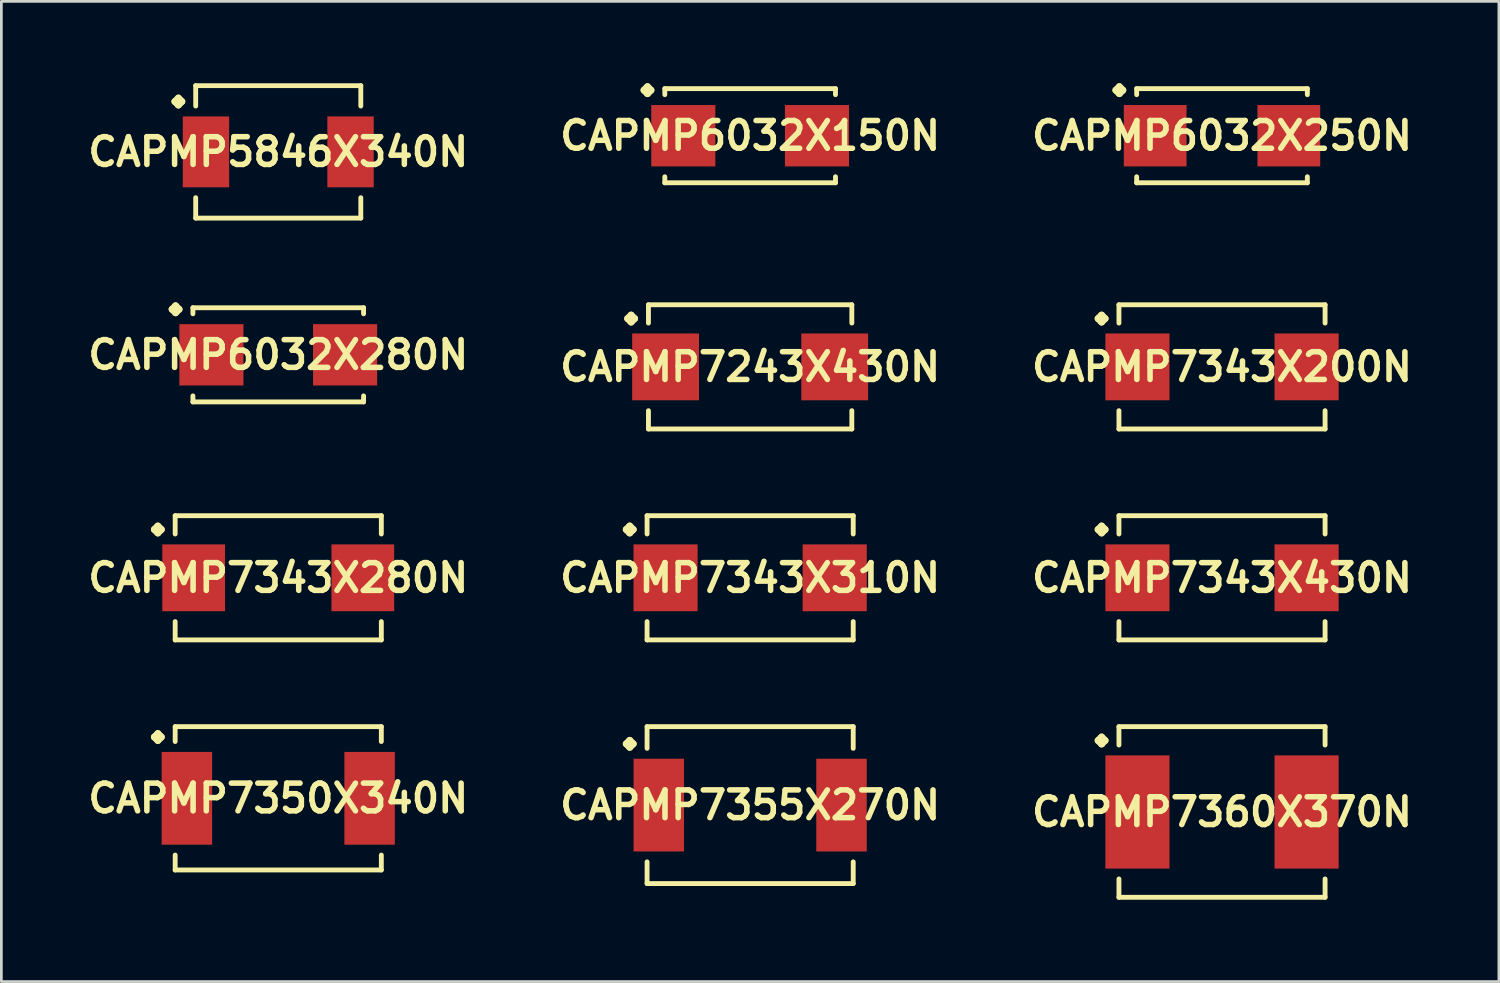
<source format=kicad_pcb>
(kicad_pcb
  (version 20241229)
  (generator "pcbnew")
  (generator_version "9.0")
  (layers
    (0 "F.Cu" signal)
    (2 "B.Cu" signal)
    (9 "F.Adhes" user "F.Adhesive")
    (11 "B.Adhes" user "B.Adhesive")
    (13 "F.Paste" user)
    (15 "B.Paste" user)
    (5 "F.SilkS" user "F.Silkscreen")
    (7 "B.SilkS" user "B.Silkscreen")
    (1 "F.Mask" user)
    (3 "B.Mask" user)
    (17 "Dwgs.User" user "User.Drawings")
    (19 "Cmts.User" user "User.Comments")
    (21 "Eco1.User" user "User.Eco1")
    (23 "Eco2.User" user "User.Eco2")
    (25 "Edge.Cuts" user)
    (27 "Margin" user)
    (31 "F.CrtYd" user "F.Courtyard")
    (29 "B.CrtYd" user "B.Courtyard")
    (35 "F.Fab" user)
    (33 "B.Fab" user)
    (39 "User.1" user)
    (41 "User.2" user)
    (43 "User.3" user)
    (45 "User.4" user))
  (footprint "CAPMP7343X200N"
    (layer "F.Cu")
    (at 41.729 10.394)
    (property "Reference" "CAPMP7343X200N" (at 0 0 0) (layer "F.SilkS") (effects (font (size 1.016 1.016) (thickness 0.203))))
    (attr smd)
    (fp_line (start -4.539 -1.77) (end -4.412 -1.897) (stroke (width 0.254) (type solid)) (layer "F.SilkS"))
    (fp_line (start -4.412 -1.897) (end -4.285 -1.77) (stroke (width 0.254) (type solid)) (layer "F.SilkS"))
    (fp_line (start -4.412 -1.643) (end -4.539 -1.77) (stroke (width 0.254) (type solid)) (layer "F.SilkS"))
    (fp_line (start -4.285 -1.77) (end -4.412 -1.643) (stroke (width 0.254) (type solid)) (layer "F.SilkS"))
    (fp_line (start -3.777 -2.276) (end 3.777 -2.276) (stroke (width 0.178) (type solid)) (layer "F.SilkS"))
    (fp_line (start -3.777 -1.605) (end -3.777 -2.276) (stroke (width 0.178) (type solid)) (layer "F.SilkS"))
    (fp_line (start -3.777 1.605) (end -3.777 2.276) (stroke (width 0.178) (type solid)) (layer "F.SilkS"))
    (fp_line (start -3.777 2.276) (end 3.777 2.276) (stroke (width 0.178) (type solid)) (layer "F.SilkS"))
    (fp_line (start 3.777 -2.276) (end 3.777 -1.605) (stroke (width 0.178) (type solid)) (layer "F.SilkS"))
    (fp_line (start 3.777 2.276) (end 3.777 1.605) (stroke (width 0.178) (type solid)) (layer "F.SilkS"))
    (pad "1" smd rect (at -3.099 0) (size 2.349 2.449) (layers "F.Cu" "F.Mask" "F.Paste"))
    (pad "2" smd rect (at 3.099 0) (size 2.349 2.449) (layers "F.Cu" "F.Mask" "F.Paste")))
  (footprint "CAPMP7343X280N"
    (layer "F.Cu")
    (at 7.146 18.123)
    (property "Reference" "CAPMP7343X280N" (at 0 0 0) (layer "F.SilkS") (effects (font (size 1.016 1.016) (thickness 0.203))))
    (attr smd)
    (fp_line (start -4.539 -1.77) (end -4.412 -1.897) (stroke (width 0.254) (type solid)) (layer "F.SilkS"))
    (fp_line (start -4.412 -1.897) (end -4.285 -1.77) (stroke (width 0.254) (type solid)) (layer "F.SilkS"))
    (fp_line (start -4.412 -1.643) (end -4.539 -1.77) (stroke (width 0.254) (type solid)) (layer "F.SilkS"))
    (fp_line (start -4.285 -1.77) (end -4.412 -1.643) (stroke (width 0.254) (type solid)) (layer "F.SilkS"))
    (fp_line (start -3.777 -2.276) (end 3.777 -2.276) (stroke (width 0.178) (type solid)) (layer "F.SilkS"))
    (fp_line (start -3.777 -1.605) (end -3.777 -2.276) (stroke (width 0.178) (type solid)) (layer "F.SilkS"))
    (fp_line (start -3.777 1.605) (end -3.777 2.276) (stroke (width 0.178) (type solid)) (layer "F.SilkS"))
    (fp_line (start -3.777 2.276) (end 3.777 2.276) (stroke (width 0.178) (type solid)) (layer "F.SilkS"))
    (fp_line (start 3.777 -2.276) (end 3.777 -1.605) (stroke (width 0.178) (type solid)) (layer "F.SilkS"))
    (fp_line (start 3.777 2.276) (end 3.777 1.605) (stroke (width 0.178) (type solid)) (layer "F.SilkS"))
    (pad "1" smd rect (at -3.099 0) (size 2.299 2.449) (layers "F.Cu" "F.Mask" "F.Paste"))
    (pad "2" smd rect (at 3.099 0) (size 2.299 2.449) (layers "F.Cu" "F.Mask" "F.Paste")))
  (footprint "CAPMP7343X430N"
    (layer "F.Cu")
    (at 41.729 18.123)
    (property "Reference" "CAPMP7343X430N" (at 0 0 0) (layer "F.SilkS") (effects (font (size 1.016 1.016) (thickness 0.203))))
    (attr smd)
    (fp_line (start -4.539 -1.77) (end -4.412 -1.897) (stroke (width 0.254) (type solid)) (layer "F.SilkS"))
    (fp_line (start -4.412 -1.897) (end -4.285 -1.77) (stroke (width 0.254) (type solid)) (layer "F.SilkS"))
    (fp_line (start -4.412 -1.643) (end -4.539 -1.77) (stroke (width 0.254) (type solid)) (layer "F.SilkS"))
    (fp_line (start -4.285 -1.77) (end -4.412 -1.643) (stroke (width 0.254) (type solid)) (layer "F.SilkS"))
    (fp_line (start -3.777 -2.276) (end 3.777 -2.276) (stroke (width 0.178) (type solid)) (layer "F.SilkS"))
    (fp_line (start -3.777 -1.605) (end -3.777 -2.276) (stroke (width 0.178) (type solid)) (layer "F.SilkS"))
    (fp_line (start -3.777 1.605) (end -3.777 2.276) (stroke (width 0.178) (type solid)) (layer "F.SilkS"))
    (fp_line (start -3.777 2.276) (end 3.777 2.276) (stroke (width 0.178) (type solid)) (layer "F.SilkS"))
    (fp_line (start 3.777 -2.276) (end 3.777 -1.605) (stroke (width 0.178) (type solid)) (layer "F.SilkS"))
    (fp_line (start 3.777 2.276) (end 3.777 1.605) (stroke (width 0.178) (type solid)) (layer "F.SilkS"))
    (pad "1" smd rect (at -3.099 0) (size 2.349 2.449) (layers "F.Cu" "F.Mask" "F.Paste"))
    (pad "2" smd rect (at 3.099 0) (size 2.349 2.449) (layers "F.Cu" "F.Mask" "F.Paste")))
  (footprint "CAPMP7350X340N"
    (layer "F.Cu")
    (at 7.146 26.203)
    (property "Reference" "CAPMP7350X340N" (at 0 0 0) (layer "F.SilkS") (effects (font (size 1.016 1.016) (thickness 0.203))))
    (attr smd)
    (fp_line (start -4.539 -2.245) (end -4.412 -2.372) (stroke (width 0.254) (type solid)) (layer "F.SilkS"))
    (fp_line (start -4.412 -2.372) (end -4.285 -2.245) (stroke (width 0.254) (type solid)) (layer "F.SilkS"))
    (fp_line (start -4.412 -2.118) (end -4.539 -2.245) (stroke (width 0.254) (type solid)) (layer "F.SilkS"))
    (fp_line (start -4.285 -2.245) (end -4.412 -2.118) (stroke (width 0.254) (type solid)) (layer "F.SilkS"))
    (fp_line (start -3.777 -2.626) (end 3.777 -2.626) (stroke (width 0.178) (type solid)) (layer "F.SilkS"))
    (fp_line (start -3.777 -2.08) (end -3.777 -2.626) (stroke (width 0.178) (type solid)) (layer "F.SilkS"))
    (fp_line (start -3.777 2.08) (end -3.777 2.626) (stroke (width 0.178) (type solid)) (layer "F.SilkS"))
    (fp_line (start -3.777 2.626) (end 3.777 2.626) (stroke (width 0.178) (type solid)) (layer "F.SilkS"))
    (fp_line (start 3.777 -2.626) (end 3.777 -2.08) (stroke (width 0.178) (type solid)) (layer "F.SilkS"))
    (fp_line (start 3.777 2.626) (end 3.777 2.08) (stroke (width 0.178) (type solid)) (layer "F.SilkS"))
    (pad "1" smd rect (at -3.348 0) (size 1.849 3.399) (layers "F.Cu" "F.Mask" "F.Paste"))
    (pad "2" smd rect (at 3.348 0) (size 1.849 3.399) (layers "F.Cu" "F.Mask" "F.Paste")))
  (footprint "CAPMP7355X270N"
    (layer "F.Cu")
    (at 24.438 26.452)
    (property "Reference" "CAPMP7355X270N" (at 0 0 0) (layer "F.SilkS") (effects (font (size 1.016 1.016) (thickness 0.203))))
    (attr smd)
    (fp_line (start -4.539 -2.245) (end -4.412 -2.372) (stroke (width 0.254) (type solid)) (layer "F.SilkS"))
    (fp_line (start -4.412 -2.372) (end -4.285 -2.245) (stroke (width 0.254) (type solid)) (layer "F.SilkS"))
    (fp_line (start -4.412 -2.118) (end -4.539 -2.245) (stroke (width 0.254) (type solid)) (layer "F.SilkS"))
    (fp_line (start -4.285 -2.245) (end -4.412 -2.118) (stroke (width 0.254) (type solid)) (layer "F.SilkS"))
    (fp_line (start -3.777 -2.875) (end 3.777 -2.875) (stroke (width 0.178) (type solid)) (layer "F.SilkS"))
    (fp_line (start -3.777 -2.08) (end -3.777 -2.875) (stroke (width 0.178) (type solid)) (layer "F.SilkS"))
    (fp_line (start -3.777 2.08) (end -3.777 2.875) (stroke (width 0.178) (type solid)) (layer "F.SilkS"))
    (fp_line (start -3.777 2.875) (end 3.777 2.875) (stroke (width 0.178) (type solid)) (layer "F.SilkS"))
    (fp_line (start 3.777 -2.875) (end 3.777 -2.08) (stroke (width 0.178) (type solid)) (layer "F.SilkS"))
    (fp_line (start 3.777 2.875) (end 3.777 2.08) (stroke (width 0.178) (type solid)) (layer "F.SilkS"))
    (pad "1" smd rect (at -3.348 0) (size 1.849 3.399) (layers "F.Cu" "F.Mask" "F.Paste"))
    (pad "2" smd rect (at 3.348 0) (size 1.849 3.399) (layers "F.Cu" "F.Mask" "F.Paste")))
  (footprint "CAPMP7360X370N"
    (layer "F.Cu")
    (at 41.729 26.704)
    (property "Reference" "CAPMP7360X370N" (at 0 0 0) (layer "F.SilkS") (effects (font (size 1.016 1.016) (thickness 0.203))))
    (attr smd)
    (fp_line (start -4.539 -2.619) (end -4.412 -2.746) (stroke (width 0.254) (type solid)) (layer "F.SilkS"))
    (fp_line (start -4.412 -2.746) (end -4.285 -2.619) (stroke (width 0.254) (type solid)) (layer "F.SilkS"))
    (fp_line (start -4.412 -2.492) (end -4.539 -2.619) (stroke (width 0.254) (type solid)) (layer "F.SilkS"))
    (fp_line (start -4.285 -2.619) (end -4.412 -2.492) (stroke (width 0.254) (type solid)) (layer "F.SilkS"))
    (fp_line (start -3.777 -3.127) (end 3.777 -3.127) (stroke (width 0.178) (type solid)) (layer "F.SilkS"))
    (fp_line (start -3.777 -2.454) (end -3.777 -3.127) (stroke (width 0.178) (type solid)) (layer "F.SilkS"))
    (fp_line (start -3.777 2.454) (end -3.777 3.127) (stroke (width 0.178) (type solid)) (layer "F.SilkS"))
    (fp_line (start -3.777 3.127) (end 3.777 3.127) (stroke (width 0.178) (type solid)) (layer "F.SilkS"))
    (fp_line (start 3.777 -3.127) (end 3.777 -2.454) (stroke (width 0.178) (type solid)) (layer "F.SilkS"))
    (fp_line (start 3.777 3.127) (end 3.777 2.454) (stroke (width 0.178) (type solid)) (layer "F.SilkS"))
    (pad "1" smd rect (at -3.099 0) (size 2.349 4.148) (layers "F.Cu" "F.Mask" "F.Paste"))
    (pad "2" smd rect (at 3.099 0) (size 2.349 4.148) (layers "F.Cu" "F.Mask" "F.Paste")))
  (footprint "CAPMP7243X430N"
    (layer "F.Cu")
    (at 24.438 10.394)
    (property "Reference" "CAPMP7243X430N" (at 0 0 0) (layer "F.SilkS") (effects (font (size 1.016 1.016) (thickness 0.203))))
    (attr smd)
    (fp_line (start -4.488 -1.77) (end -4.361 -1.897) (stroke (width 0.254) (type solid)) (layer "F.SilkS"))
    (fp_line (start -4.361 -1.897) (end -4.234 -1.77) (stroke (width 0.254) (type solid)) (layer "F.SilkS"))
    (fp_line (start -4.361 -1.643) (end -4.488 -1.77) (stroke (width 0.254) (type solid)) (layer "F.SilkS"))
    (fp_line (start -4.234 -1.77) (end -4.361 -1.643) (stroke (width 0.254) (type solid)) (layer "F.SilkS"))
    (fp_line (start -3.726 -2.276) (end 3.726 -2.276) (stroke (width 0.178) (type solid)) (layer "F.SilkS"))
    (fp_line (start -3.726 -1.605) (end -3.726 -2.276) (stroke (width 0.178) (type solid)) (layer "F.SilkS"))
    (fp_line (start -3.726 1.605) (end -3.726 2.276) (stroke (width 0.178) (type solid)) (layer "F.SilkS"))
    (fp_line (start -3.726 2.276) (end 3.726 2.276) (stroke (width 0.178) (type solid)) (layer "F.SilkS"))
    (fp_line (start 3.726 -2.276) (end 3.726 -1.605) (stroke (width 0.178) (type solid)) (layer "F.SilkS"))
    (fp_line (start 3.726 2.276) (end 3.726 1.605) (stroke (width 0.178) (type solid)) (layer "F.SilkS"))
    (pad "1" smd rect (at -3.099 0) (size 2.449 2.449) (layers "F.Cu" "F.Mask" "F.Paste"))
    (pad "2" smd rect (at 3.099 0) (size 2.449 2.449) (layers "F.Cu" "F.Mask" "F.Paste")))
  (footprint "CAPMP6032X280N"
    (layer "F.Cu")
    (at 7.146 9.952)
    (property "Reference" "CAPMP6032X280N" (at 0 0 0) (layer "F.SilkS") (effects (font (size 1.016 1.016) (thickness 0.203))))
    (attr smd)
    (fp_line (start -3.889 -1.669) (end -3.762 -1.796) (stroke (width 0.254) (type solid)) (layer "F.SilkS"))
    (fp_line (start -3.762 -1.796) (end -3.635 -1.669) (stroke (width 0.254) (type solid)) (layer "F.SilkS"))
    (fp_line (start -3.762 -1.542) (end -3.889 -1.669) (stroke (width 0.254) (type solid)) (layer "F.SilkS"))
    (fp_line (start -3.635 -1.669) (end -3.762 -1.542) (stroke (width 0.254) (type solid)) (layer "F.SilkS"))
    (fp_line (start -3.127 -1.725) (end 3.127 -1.725) (stroke (width 0.178) (type solid)) (layer "F.SilkS"))
    (fp_line (start -3.127 -1.504) (end -3.127 -1.725) (stroke (width 0.178) (type solid)) (layer "F.SilkS"))
    (fp_line (start -3.127 1.504) (end -3.127 1.725) (stroke (width 0.178) (type solid)) (layer "F.SilkS"))
    (fp_line (start -3.127 1.725) (end 3.127 1.725) (stroke (width 0.178) (type solid)) (layer "F.SilkS"))
    (fp_line (start 3.127 -1.725) (end 3.127 -1.504) (stroke (width 0.178) (type solid)) (layer "F.SilkS"))
    (fp_line (start 3.127 1.725) (end 3.127 1.504) (stroke (width 0.178) (type solid)) (layer "F.SilkS"))
    (pad "1" smd rect (at -2.449 0) (size 2.349 2.248) (layers "F.Cu" "F.Mask" "F.Paste"))
    (pad "2" smd rect (at 2.449 0) (size 2.349 2.248) (layers "F.Cu" "F.Mask" "F.Paste")))
  (footprint "CAPMP7343X310N"
    (layer "F.Cu")
    (at 24.438 18.123)
    (property "Reference" "CAPMP7343X310N" (at 0 0 0) (layer "F.SilkS") (effects (font (size 1.016 1.016) (thickness 0.203))))
    (attr smd)
    (fp_line (start -4.539 -1.77) (end -4.412 -1.897) (stroke (width 0.254) (type solid)) (layer "F.SilkS"))
    (fp_line (start -4.412 -1.897) (end -4.285 -1.77) (stroke (width 0.254) (type solid)) (layer "F.SilkS"))
    (fp_line (start -4.412 -1.643) (end -4.539 -1.77) (stroke (width 0.254) (type solid)) (layer "F.SilkS"))
    (fp_line (start -4.285 -1.77) (end -4.412 -1.643) (stroke (width 0.254) (type solid)) (layer "F.SilkS"))
    (fp_line (start -3.777 -2.276) (end 3.777 -2.276) (stroke (width 0.178) (type solid)) (layer "F.SilkS"))
    (fp_line (start -3.777 -1.605) (end -3.777 -2.276) (stroke (width 0.178) (type solid)) (layer "F.SilkS"))
    (fp_line (start -3.777 1.605) (end -3.777 2.276) (stroke (width 0.178) (type solid)) (layer "F.SilkS"))
    (fp_line (start -3.777 2.276) (end 3.777 2.276) (stroke (width 0.178) (type solid)) (layer "F.SilkS"))
    (fp_line (start 3.777 -2.276) (end 3.777 -1.605) (stroke (width 0.178) (type solid)) (layer "F.SilkS"))
    (fp_line (start 3.777 2.276) (end 3.777 1.605) (stroke (width 0.178) (type solid)) (layer "F.SilkS"))
    (pad "1" smd rect (at -3.099 0) (size 2.349 2.449) (layers "F.Cu" "F.Mask" "F.Paste"))
    (pad "2" smd rect (at 3.099 0) (size 2.349 2.449) (layers "F.Cu" "F.Mask" "F.Paste")))
  (footprint "CAPMP6032X150N"
    (layer "F.Cu")
    (at 24.438 1.923)
    (property "Reference" "CAPMP6032X150N" (at 0 0 0) (layer "F.SilkS") (effects (font (size 1.016 1.016) (thickness 0.203))))
    (attr smd)
    (fp_line (start -3.889 -1.669) (end -3.762 -1.796) (stroke (width 0.254) (type solid)) (layer "F.SilkS"))
    (fp_line (start -3.762 -1.796) (end -3.635 -1.669) (stroke (width 0.254) (type solid)) (layer "F.SilkS"))
    (fp_line (start -3.762 -1.542) (end -3.889 -1.669) (stroke (width 0.254) (type solid)) (layer "F.SilkS"))
    (fp_line (start -3.635 -1.669) (end -3.762 -1.542) (stroke (width 0.254) (type solid)) (layer "F.SilkS"))
    (fp_line (start -3.127 -1.725) (end 3.127 -1.725) (stroke (width 0.178) (type solid)) (layer "F.SilkS"))
    (fp_line (start -3.127 -1.504) (end -3.127 -1.725) (stroke (width 0.178) (type solid)) (layer "F.SilkS"))
    (fp_line (start -3.127 1.504) (end -3.127 1.725) (stroke (width 0.178) (type solid)) (layer "F.SilkS"))
    (fp_line (start -3.127 1.725) (end 3.127 1.725) (stroke (width 0.178) (type solid)) (layer "F.SilkS"))
    (fp_line (start 3.127 -1.725) (end 3.127 -1.504) (stroke (width 0.178) (type solid)) (layer "F.SilkS"))
    (fp_line (start 3.127 1.725) (end 3.127 1.504) (stroke (width 0.178) (type solid)) (layer "F.SilkS"))
    (pad "1" smd rect (at -2.449 0) (size 2.349 2.248) (layers "F.Cu" "F.Mask" "F.Paste"))
    (pad "2" smd rect (at 2.449 0) (size 2.349 2.248) (layers "F.Cu" "F.Mask" "F.Paste")))
  (footprint "CAPMP6032X250N"
    (layer "F.Cu")
    (at 41.729 1.923)
    (property "Reference" "CAPMP6032X250N" (at 0 0 0) (layer "F.SilkS") (effects (font (size 1.016 1.016) (thickness 0.203))))
    (attr smd)
    (fp_line (start -3.889 -1.669) (end -3.762 -1.796) (stroke (width 0.254) (type solid)) (layer "F.SilkS"))
    (fp_line (start -3.762 -1.796) (end -3.635 -1.669) (stroke (width 0.254) (type solid)) (layer "F.SilkS"))
    (fp_line (start -3.762 -1.542) (end -3.889 -1.669) (stroke (width 0.254) (type solid)) (layer "F.SilkS"))
    (fp_line (start -3.635 -1.669) (end -3.762 -1.542) (stroke (width 0.254) (type solid)) (layer "F.SilkS"))
    (fp_line (start -3.127 -1.725) (end 3.127 -1.725) (stroke (width 0.178) (type solid)) (layer "F.SilkS"))
    (fp_line (start -3.127 -1.504) (end -3.127 -1.725) (stroke (width 0.178) (type solid)) (layer "F.SilkS"))
    (fp_line (start -3.127 1.504) (end -3.127 1.725) (stroke (width 0.178) (type solid)) (layer "F.SilkS"))
    (fp_line (start -3.127 1.725) (end 3.127 1.725) (stroke (width 0.178) (type solid)) (layer "F.SilkS"))
    (fp_line (start 3.127 -1.725) (end 3.127 -1.504) (stroke (width 0.178) (type solid)) (layer "F.SilkS"))
    (fp_line (start 3.127 1.725) (end 3.127 1.504) (stroke (width 0.178) (type solid)) (layer "F.SilkS"))
    (pad "1" smd rect (at -2.449 0) (size 2.299 2.248) (layers "F.Cu" "F.Mask" "F.Paste"))
    (pad "2" smd rect (at 2.449 0) (size 2.299 2.248) (layers "F.Cu" "F.Mask" "F.Paste")))
  (footprint "CAPMP5846X340N"
    (layer "F.Cu")
    (at 7.146 2.515)
    (property "Reference" "CAPMP5846X340N" (at 0 0 0) (layer "F.SilkS") (effects (font (size 1.016 1.016) (thickness 0.203))))
    (attr smd)
    (fp_line (start -3.787 -1.844) (end -3.66 -1.971) (stroke (width 0.254) (type solid)) (layer "F.SilkS"))
    (fp_line (start -3.66 -1.971) (end -3.533 -1.844) (stroke (width 0.254) (type solid)) (layer "F.SilkS"))
    (fp_line (start -3.66 -1.717) (end -3.787 -1.844) (stroke (width 0.254) (type solid)) (layer "F.SilkS"))
    (fp_line (start -3.533 -1.844) (end -3.66 -1.717) (stroke (width 0.254) (type solid)) (layer "F.SilkS"))
    (fp_line (start -3.025 -2.426) (end 3.025 -2.426) (stroke (width 0.178) (type solid)) (layer "F.SilkS"))
    (fp_line (start -3.025 -1.679) (end -3.025 -2.426) (stroke (width 0.178) (type solid)) (layer "F.SilkS"))
    (fp_line (start -3.025 1.679) (end -3.025 2.426) (stroke (width 0.178) (type solid)) (layer "F.SilkS"))
    (fp_line (start -3.025 2.426) (end 3.025 2.426) (stroke (width 0.178) (type solid)) (layer "F.SilkS"))
    (fp_line (start 3.025 -2.426) (end 3.025 -1.679) (stroke (width 0.178) (type solid)) (layer "F.SilkS"))
    (fp_line (start 3.025 2.426) (end 3.025 1.679) (stroke (width 0.178) (type solid)) (layer "F.SilkS"))
    (pad "1" smd rect (at -2.649 0) (size 1.699 2.598) (layers "F.Cu" "F.Mask" "F.Paste"))
    (pad "2" smd rect (at 2.649 0) (size 1.699 2.598) (layers "F.Cu" "F.Mask" "F.Paste")))
  (gr_rect
    (start -3 -3)
    (end 51.875 32.919)
    (stroke (width 0.1) (type default))
    (fill no)
    (layer "Edge.Cuts")))
</source>
